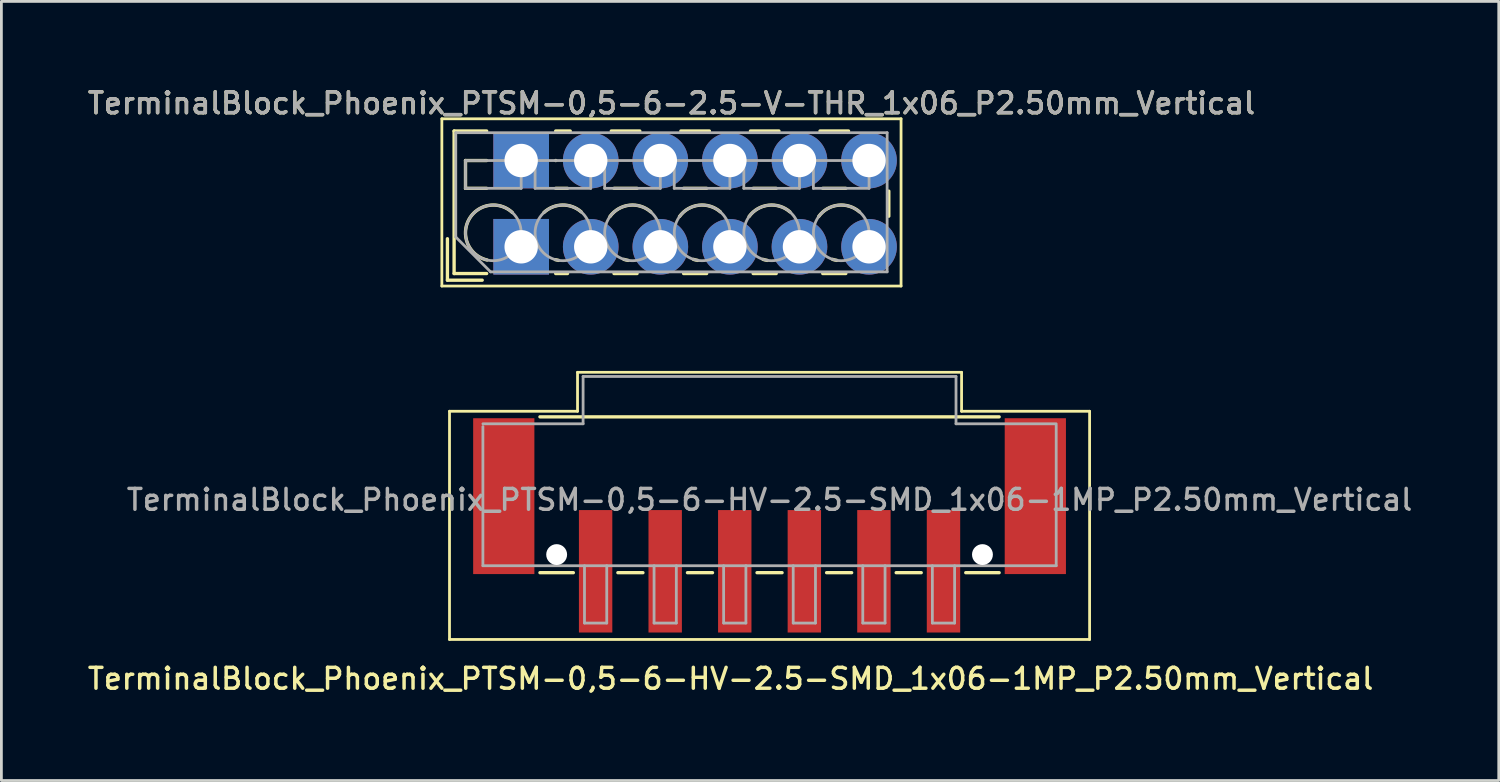
<source format=kicad_pcb>
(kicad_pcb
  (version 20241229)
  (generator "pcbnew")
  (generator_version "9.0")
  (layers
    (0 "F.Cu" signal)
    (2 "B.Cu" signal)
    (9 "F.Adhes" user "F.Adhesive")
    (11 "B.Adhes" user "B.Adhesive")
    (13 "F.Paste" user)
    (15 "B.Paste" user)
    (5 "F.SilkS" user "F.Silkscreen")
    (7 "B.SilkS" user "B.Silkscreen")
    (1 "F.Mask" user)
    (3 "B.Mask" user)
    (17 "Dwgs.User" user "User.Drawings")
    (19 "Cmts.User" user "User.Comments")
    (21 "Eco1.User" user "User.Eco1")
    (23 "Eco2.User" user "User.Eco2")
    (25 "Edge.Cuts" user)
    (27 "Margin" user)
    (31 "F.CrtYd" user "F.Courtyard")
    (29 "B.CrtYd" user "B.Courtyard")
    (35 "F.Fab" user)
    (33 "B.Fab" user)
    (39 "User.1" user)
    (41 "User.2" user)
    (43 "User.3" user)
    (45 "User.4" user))
  (footprint "TerminalBlock_Phoenix_PTSM-0,5-6-HV-2.5-SMD_1x06-1MP_P2.50mm_Vertical"
    (layer "F.Cu")
    (at 24.602 15.828)
    (property "Reference" "TerminalBlock_Phoenix_PTSM-0,5-6-HV-2.5-SMD_1x06-1MP_P2.50mm_Vertical" (at -1.4 5.51 0) (layer "F.SilkS") (effects (font (size 0.75 0.75) (thickness 0.125))))
    (attr smd)
    (fp_line (start -11.5 -4.1) (end -6.9 -4.1) (stroke (width 0.1) (type solid)) (layer "F.SilkS"))
    (fp_line (start -11.5 4.1) (end -11.5 -4.1) (stroke (width 0.1) (type solid)) (layer "F.SilkS"))
    (fp_line (start -8.25 -3.9) (end 8.25 -3.9) (stroke (width 0.12) (type solid)) (layer "F.SilkS"))
    (fp_line (start -7.05 1.7) (end -8.25 1.7) (stroke (width 0.12) (type solid)) (layer "F.SilkS"))
    (fp_line (start -6.9 -5.5) (end 6.9 -5.5) (stroke (width 0.1) (type solid)) (layer "F.SilkS"))
    (fp_line (start -6.9 -4.1) (end -6.9 -5.5) (stroke (width 0.1) (type solid)) (layer "F.SilkS"))
    (fp_line (start -4.55 1.7) (end -5.45 1.7) (stroke (width 0.12) (type solid)) (layer "F.SilkS"))
    (fp_line (start -2.05 1.7) (end -2.95 1.7) (stroke (width 0.12) (type solid)) (layer "F.SilkS"))
    (fp_line (start 0.45 1.7) (end -0.45 1.7) (stroke (width 0.12) (type solid)) (layer "F.SilkS"))
    (fp_line (start 2.95 1.7) (end 2.05 1.7) (stroke (width 0.12) (type solid)) (layer "F.SilkS"))
    (fp_line (start 5.45 1.7) (end 4.55 1.7) (stroke (width 0.12) (type solid)) (layer "F.SilkS"))
    (fp_line (start 6.9 -4.1) (end 6.9 -5.5) (stroke (width 0.1) (type solid)) (layer "F.SilkS"))
    (fp_line (start 8.25 1.7) (end 7.05 1.7) (stroke (width 0.12) (type solid)) (layer "F.SilkS"))
    (fp_line (start 11.5 -4.1) (end 6.9 -4.1) (stroke (width 0.1) (type solid)) (layer "F.SilkS"))
    (fp_line (start 11.5 -4.1) (end 11.5 4.1) (stroke (width 0.1) (type solid)) (layer "F.SilkS"))
    (fp_line (start 11.5 4.1) (end -11.5 4.1) (stroke (width 0.1) (type solid)) (layer "F.SilkS"))
    (fp_line (start -10.3 -3.65) (end -6.7 -3.65) (stroke (width 0.1) (type solid)) (layer "F.Fab"))
    (fp_line (start -10.3 1.45) (end -10.3 -3.55) (stroke (width 0.1) (type solid)) (layer "F.Fab"))
    (fp_line (start -6.7 -5.35) (end 6.7 -5.35) (stroke (width 0.1) (type solid)) (layer "F.Fab"))
    (fp_line (start -6.7 -3.65) (end -6.7 -5.35) (stroke (width 0.1) (type solid)) (layer "F.Fab"))
    (fp_line (start -6.65 1.45) (end -6.65 3.51) (stroke (width 0.1) (type solid)) (layer "F.Fab"))
    (fp_line (start -6.65 3.51) (end -5.85 3.51) (stroke (width 0.1) (type solid)) (layer "F.Fab"))
    (fp_line (start -5.85 1.45) (end -5.85 3.51) (stroke (width 0.1) (type solid)) (layer "F.Fab"))
    (fp_line (start -4.15 1.45) (end -4.15 3.51) (stroke (width 0.1) (type solid)) (layer "F.Fab"))
    (fp_line (start -4.15 3.51) (end -3.35 3.51) (stroke (width 0.1) (type solid)) (layer "F.Fab"))
    (fp_line (start -3.35 1.45) (end -3.35 3.51) (stroke (width 0.1) (type solid)) (layer "F.Fab"))
    (fp_line (start -1.65 1.45) (end -1.65 3.51) (stroke (width 0.1) (type solid)) (layer "F.Fab"))
    (fp_line (start -1.65 3.51) (end -0.85 3.51) (stroke (width 0.1) (type solid)) (layer "F.Fab"))
    (fp_line (start -0.85 1.45) (end -0.85 3.51) (stroke (width 0.1) (type solid)) (layer "F.Fab"))
    (fp_line (start 0.85 1.45) (end 0.85 3.51) (stroke (width 0.1) (type solid)) (layer "F.Fab"))
    (fp_line (start 0.85 3.51) (end 1.65 3.51) (stroke (width 0.1) (type solid)) (layer "F.Fab"))
    (fp_line (start 1.65 1.45) (end 1.65 3.51) (stroke (width 0.1) (type solid)) (layer "F.Fab"))
    (fp_line (start 3.35 1.45) (end 3.35 3.51) (stroke (width 0.1) (type solid)) (layer "F.Fab"))
    (fp_line (start 3.35 3.51) (end 4.15 3.51) (stroke (width 0.1) (type solid)) (layer "F.Fab"))
    (fp_line (start 4.15 1.45) (end 4.15 3.51) (stroke (width 0.1) (type solid)) (layer "F.Fab"))
    (fp_line (start 5.85 1.45) (end 5.85 3.51) (stroke (width 0.1) (type solid)) (layer "F.Fab"))
    (fp_line (start 5.85 3.51) (end 6.65 3.51) (stroke (width 0.1) (type solid)) (layer "F.Fab"))
    (fp_line (start 6.65 1.45) (end 6.65 3.51) (stroke (width 0.1) (type solid)) (layer "F.Fab"))
    (fp_line (start 6.7 -5.35) (end 6.7 -3.65) (stroke (width 0.1) (type solid)) (layer "F.Fab"))
    (fp_line (start 6.7 -3.65) (end 10.3 -3.65) (stroke (width 0.1) (type solid)) (layer "F.Fab"))
    (fp_line (start 10.3 1.45) (end -10.3 1.45) (stroke (width 0.1) (type solid)) (layer "F.Fab"))
    (fp_line (start 10.3 1.45) (end 10.3 -3.6) (stroke (width 0.1) (type solid)) (layer "F.Fab"))
    (fp_text user "${REFERENCE}" (at 0 -0.92 0) (layer "F.Fab") (effects (font (size 0.75 0.75) (thickness 0.125))))
    (pad "" np_thru_hole circle (at -7.65 1.05) (size 0.75 0.75) (drill 1) (layers "*.Cu" "*.Mask"))
    (pad "" np_thru_hole circle (at 7.65 1.05) (size 0.75 0.75) (drill 1) (layers "*.Cu" "*.Mask"))
    (pad "1" smd rect (at -6.25 1.65 180) (size 1.2 4.4) (layers "F.Cu" "F.Mask" "F.Paste"))
    (pad "2" smd rect (at -3.75 1.65 180) (size 1.2 4.4) (layers "F.Cu" "F.Mask" "F.Paste"))
    (pad "3" smd rect (at -1.25 1.65 180) (size 1.2 4.4) (layers "F.Cu" "F.Mask" "F.Paste"))
    (pad "4" smd rect (at 1.25 1.65 180) (size 1.2 4.4) (layers "F.Cu" "F.Mask" "F.Paste"))
    (pad "5" smd rect (at 3.75 1.65 180) (size 1.2 4.4) (layers "F.Cu" "F.Mask" "F.Paste"))
    (pad "6" smd rect (at 6.25 1.65 180) (size 1.2 4.4) (layers "F.Cu" "F.Mask" "F.Paste"))
    (pad "MP" smd rect (at -9.55 -1.05 180) (size 2.2 5.6) (layers "F.Cu" "F.Mask" "F.Paste"))
    (pad "MP" smd rect (at 9.55 -1.05 180) (size 2.2 5.6) (layers "F.Cu" "F.Mask" "F.Paste")))
  (footprint "TerminalBlock_Phoenix_PTSM-0,5-6-2.5-V-THR_1x06_P2.50mm_Vertical"
    (layer "F.Cu")
    (at 15.677 5.818)
    (property "Reference" "TerminalBlock_Phoenix_PTSM-0,5-6-2.5-V-THR_1x06_P2.50mm_Vertical" (at 5.4 -5.16 0) (layer "F.SilkS") (effects (font (size 0.75 0.75) (thickness 0.125))))
    (attr through_hole)
    (fp_line (start -2.85 -4.6) (end -2.85 1.41) (stroke (width 0.1) (type solid)) (layer "F.SilkS"))
    (fp_line (start -2.85 1.41) (end 13.65 1.41) (stroke (width 0.1) (type solid)) (layer "F.SilkS"))
    (fp_line (start -2.65 -0.29) (end -2.65 1.2) (stroke (width 0.12) (type solid)) (layer "F.SilkS"))
    (fp_line (start -2.65 1.2) (end -1.4 1.2) (stroke (width 0.12) (type solid)) (layer "F.SilkS"))
    (fp_line (start -2.41 -4.16) (end -2.41 0.961) (stroke (width 0.12) (type solid)) (layer "F.SilkS"))
    (fp_line (start -2.41 -4.16) (end -1.24 -4.16) (stroke (width 0.12) (type solid)) (layer "F.SilkS"))
    (fp_line (start -2.41 0.961) (end -1.24 0.961) (stroke (width 0.12) (type solid)) (layer "F.SilkS"))
    (fp_line (start -2 -3.1) (end -2 -2.1) (stroke (width 0.12) (type solid)) (layer "F.SilkS"))
    (fp_line (start -2 -3.1) (end -1.24 -3.1) (stroke (width 0.12) (type solid)) (layer "F.SilkS"))
    (fp_line (start -2 -2.1) (end -1.24 -2.1) (stroke (width 0.12) (type solid)) (layer "F.SilkS"))
    (fp_line (start 1.24 -4.16) (end 1.763 -4.16) (stroke (width 0.12) (type solid)) (layer "F.SilkS"))
    (fp_line (start 1.24 -3.1) (end 1.245 -3.1) (stroke (width 0.12) (type solid)) (layer "F.SilkS"))
    (fp_line (start 1.24 -2.1) (end 1.665 -2.1) (stroke (width 0.12) (type solid)) (layer "F.SilkS"))
    (fp_line (start 1.24 0.961) (end 1.665 0.961) (stroke (width 0.12) (type solid)) (layer "F.SilkS"))
    (fp_line (start 3.238 -4.16) (end 4.263 -4.16) (stroke (width 0.12) (type solid)) (layer "F.SilkS"))
    (fp_line (start 3.336 -2.1) (end 4.165 -2.1) (stroke (width 0.12) (type solid)) (layer "F.SilkS"))
    (fp_line (start 3.336 0.961) (end 4.165 0.961) (stroke (width 0.12) (type solid)) (layer "F.SilkS"))
    (fp_line (start 5.738 -4.16) (end 6.763 -4.16) (stroke (width 0.12) (type solid)) (layer "F.SilkS"))
    (fp_line (start 5.836 -2.1) (end 6.665 -2.1) (stroke (width 0.12) (type solid)) (layer "F.SilkS"))
    (fp_line (start 5.836 0.961) (end 6.665 0.961) (stroke (width 0.12) (type solid)) (layer "F.SilkS"))
    (fp_line (start 8.238 -4.16) (end 9.263 -4.16) (stroke (width 0.12) (type solid)) (layer "F.SilkS"))
    (fp_line (start 8.336 -2.1) (end 9.165 -2.1) (stroke (width 0.12) (type solid)) (layer "F.SilkS"))
    (fp_line (start 8.336 0.961) (end 9.165 0.961) (stroke (width 0.12) (type solid)) (layer "F.SilkS"))
    (fp_line (start 10.738 -4.16) (end 11.763 -4.16) (stroke (width 0.12) (type solid)) (layer "F.SilkS"))
    (fp_line (start 10.836 -2.1) (end 11.665 -2.1) (stroke (width 0.12) (type solid)) (layer "F.SilkS"))
    (fp_line (start 10.836 0.961) (end 11.665 0.961) (stroke (width 0.12) (type solid)) (layer "F.SilkS"))
    (fp_line (start 13.21 -2) (end 13.21 -1.1) (stroke (width 0.12) (type solid)) (layer "F.SilkS"))
    (fp_line (start 13.65 -4.6) (end -2.85 -4.6) (stroke (width 0.1) (type solid)) (layer "F.SilkS"))
    (fp_line (start 13.65 1.41) (end 13.65 -4.6) (stroke (width 0.1) (type solid)) (layer "F.SilkS"))
    (fp_arc (start -1.224629 0.474931) (mid -1.883573 -0.969306) (end -0.318 -1.232) (stroke (width 0.12) (type solid)) (layer "F.SilkS"))
    (fp_arc (start 0.817811 -1.23232) (mid 1.483053 -1.500693) (end 2.157 -1.255) (stroke (width 0.12) (type solid)) (layer "F.SilkS"))
    (fp_arc (start 1.344288 0.488343) (mid 1.284242 0.476994) (end 1.225 0.462) (stroke (width 0.12) (type solid)) (layer "F.SilkS"))
    (fp_arc (start 3.190612 -1.088697) (mid 3.887218 -1.494461) (end 4.657 -1.255) (stroke (width 0.12) (type solid)) (layer "F.SilkS"))
    (fp_arc (start 3.84373 0.488618) (mid 3.766646 0.47331) (end 3.691 0.452) (stroke (width 0.12) (type solid)) (layer "F.SilkS"))
    (fp_arc (start 5.690612 -1.088697) (mid 6.387218 -1.494461) (end 7.157 -1.255) (stroke (width 0.12) (type solid)) (layer "F.SilkS"))
    (fp_arc (start 6.34373 0.488618) (mid 6.266646 0.47331) (end 6.191 0.452) (stroke (width 0.12) (type solid)) (layer "F.SilkS"))
    (fp_arc (start 8.190612 -1.088697) (mid 8.887218 -1.494461) (end 9.657 -1.255) (stroke (width 0.12) (type solid)) (layer "F.SilkS"))
    (fp_arc (start 8.84373 0.488618) (mid 8.766646 0.47331) (end 8.691 0.452) (stroke (width 0.12) (type solid)) (layer "F.SilkS"))
    (fp_arc (start 10.690612 -1.088697) (mid 11.387218 -1.494461) (end 12.157 -1.255) (stroke (width 0.12) (type solid)) (layer "F.SilkS"))
    (fp_arc (start 11.34373 0.488618) (mid 11.266646 0.47331) (end 11.191 0.452) (stroke (width 0.12) (type solid)) (layer "F.SilkS"))
    (fp_line (start -2.35 -4.1) (end 13.15 -4.1) (stroke (width 0.1) (type solid)) (layer "F.Fab"))
    (fp_line (start -2.35 -0.35) (end -2.35 -4.1) (stroke (width 0.1) (type solid)) (layer "F.Fab"))
    (fp_line (start -2 -3.1) (end -2 -2.1) (stroke (width 0.1) (type solid)) (layer "F.Fab"))
    (fp_line (start -2 -2.1) (end 0 -2.1) (stroke (width 0.1) (type solid)) (layer "F.Fab"))
    (fp_line (start -1.1 0.9) (end -2.35 -0.35) (stroke (width 0.1) (type solid)) (layer "F.Fab"))
    (fp_line (start 0 -3.1) (end -2 -3.1) (stroke (width 0.1) (type solid)) (layer "F.Fab"))
    (fp_line (start 0 -2.1) (end 0 -3.1) (stroke (width 0.1) (type solid)) (layer "F.Fab"))
    (fp_line (start 0.5 -3.1) (end 0.5 -2.1) (stroke (width 0.1) (type solid)) (layer "F.Fab"))
    (fp_line (start 0.5 -2.1) (end 2.5 -2.1) (stroke (width 0.1) (type solid)) (layer "F.Fab"))
    (fp_line (start 2.5 -3.1) (end 0.5 -3.1) (stroke (width 0.1) (type solid)) (layer "F.Fab"))
    (fp_line (start 2.5 -2.1) (end 2.5 -3.1) (stroke (width 0.1) (type solid)) (layer "F.Fab"))
    (fp_line (start 3 -3.1) (end 3 -2.1) (stroke (width 0.1) (type solid)) (layer "F.Fab"))
    (fp_line (start 3 -2.1) (end 5 -2.1) (stroke (width 0.1) (type solid)) (layer "F.Fab"))
    (fp_line (start 5 -3.1) (end 3 -3.1) (stroke (width 0.1) (type solid)) (layer "F.Fab"))
    (fp_line (start 5 -2.1) (end 5 -3.1) (stroke (width 0.1) (type solid)) (layer "F.Fab"))
    (fp_line (start 5.5 -3.1) (end 5.5 -2.1) (stroke (width 0.1) (type solid)) (layer "F.Fab"))
    (fp_line (start 5.5 -2.1) (end 7.5 -2.1) (stroke (width 0.1) (type solid)) (layer "F.Fab"))
    (fp_line (start 7.5 -3.1) (end 5.5 -3.1) (stroke (width 0.1) (type solid)) (layer "F.Fab"))
    (fp_line (start 7.5 -2.1) (end 7.5 -3.1) (stroke (width 0.1) (type solid)) (layer "F.Fab"))
    (fp_line (start 8 -3.1) (end 8 -2.1) (stroke (width 0.1) (type solid)) (layer "F.Fab"))
    (fp_line (start 8 -2.1) (end 10 -2.1) (stroke (width 0.1) (type solid)) (layer "F.Fab"))
    (fp_line (start 10 -3.1) (end 8 -3.1) (stroke (width 0.1) (type solid)) (layer "F.Fab"))
    (fp_line (start 10 -2.1) (end 10 -3.1) (stroke (width 0.1) (type solid)) (layer "F.Fab"))
    (fp_line (start 10.5 -3.1) (end 10.5 -2.1) (stroke (width 0.1) (type solid)) (layer "F.Fab"))
    (fp_line (start 10.5 -2.1) (end 12.5 -2.1) (stroke (width 0.1) (type solid)) (layer "F.Fab"))
    (fp_line (start 12.5 -3.1) (end 10.5 -3.1) (stroke (width 0.1) (type solid)) (layer "F.Fab"))
    (fp_line (start 12.5 -2.1) (end 12.5 -3.1) (stroke (width 0.1) (type solid)) (layer "F.Fab"))
    (fp_line (start 13.15 -4.1) (end 13.15 0.9) (stroke (width 0.1) (type solid)) (layer "F.Fab"))
    (fp_line (start 13.15 0.9) (end -1.1 0.9) (stroke (width 0.1) (type solid)) (layer "F.Fab"))
    (fp_circle (center -1 -0.5) (end 0 -0.5) (stroke (width 0.1) (type solid)) (fill no) (layer "F.Fab"))
    (fp_circle (center 1.5 -0.5) (end 2.5 -0.5) (stroke (width 0.1) (type solid)) (fill no) (layer "F.Fab"))
    (fp_circle (center 4 -0.5) (end 5 -0.5) (stroke (width 0.1) (type solid)) (fill no) (layer "F.Fab"))
    (fp_circle (center 6.5 -0.5) (end 7.5 -0.5) (stroke (width 0.1) (type solid)) (fill no) (layer "F.Fab"))
    (fp_circle (center 9 -0.5) (end 10 -0.5) (stroke (width 0.1) (type solid)) (fill no) (layer "F.Fab"))
    (fp_circle (center 11.5 -0.5) (end 12.5 -0.5) (stroke (width 0.1) (type solid)) (fill no) (layer "F.Fab"))
    (fp_text user "${REFERENCE}" (at 5.4 -5.16 0) (layer "F.Fab") (effects (font (size 0.75 0.75) (thickness 0.125))))
    (pad "1" thru_hole rect (at 0 -3.1) (size 2 2) (drill 1.2) (layers "*.Cu" "*.Mask"))
    (pad "1" thru_hole rect (at 0 0) (size 2 2) (drill 1.2) (layers "*.Cu" "*.Mask"))
    (pad "2" thru_hole circle (at 2.5 -3.1) (size 2 2) (drill 1.2) (layers "*.Cu" "*.Mask"))
    (pad "2" thru_hole circle (at 2.5 0) (size 2 2) (drill 1.2) (layers "*.Cu" "*.Mask"))
    (pad "3" thru_hole circle (at 5 -3.1) (size 2 2) (drill 1.2) (layers "*.Cu" "*.Mask"))
    (pad "3" thru_hole circle (at 5 0) (size 2 2) (drill 1.2) (layers "*.Cu" "*.Mask"))
    (pad "4" thru_hole circle (at 7.5 -3.1) (size 2 2) (drill 1.2) (layers "*.Cu" "*.Mask"))
    (pad "4" thru_hole circle (at 7.5 0) (size 2 2) (drill 1.2) (layers "*.Cu" "*.Mask"))
    (pad "5" thru_hole circle (at 10 -3.1) (size 2 2) (drill 1.2) (layers "*.Cu" "*.Mask"))
    (pad "5" thru_hole circle (at 10 0) (size 2 2) (drill 1.2) (layers "*.Cu" "*.Mask"))
    (pad "6" thru_hole circle (at 12.5 -3.1) (size 2 2) (drill 1.2) (layers "*.Cu" "*.Mask"))
    (pad "6" thru_hole circle (at 12.5 0) (size 2 2) (drill 1.2) (layers "*.Cu" "*.Mask")))
  (gr_rect
    (start -3 -3)
    (end 50.804 24.996)
    (stroke (width 0.1) (type default))
    (fill no)
    (layer "Edge.Cuts")))
</source>
